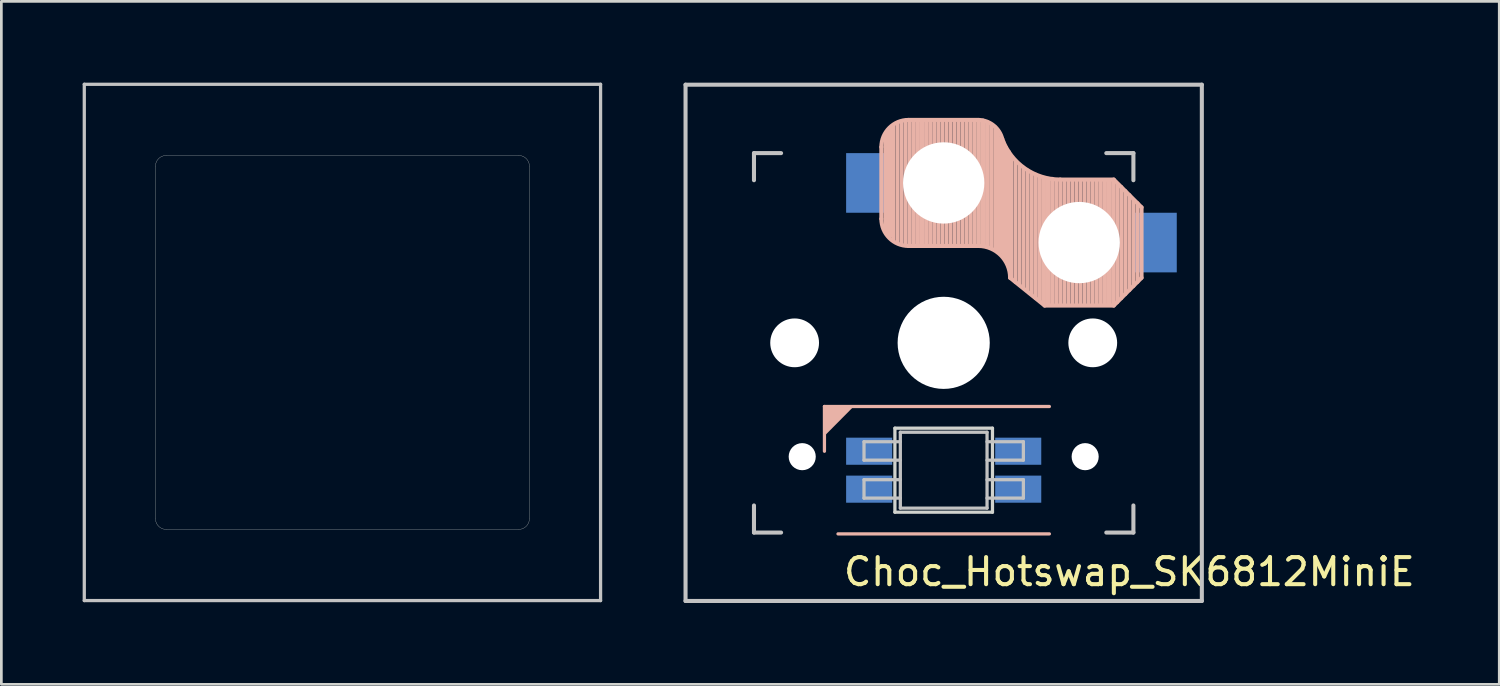
<source format=kicad_pcb>
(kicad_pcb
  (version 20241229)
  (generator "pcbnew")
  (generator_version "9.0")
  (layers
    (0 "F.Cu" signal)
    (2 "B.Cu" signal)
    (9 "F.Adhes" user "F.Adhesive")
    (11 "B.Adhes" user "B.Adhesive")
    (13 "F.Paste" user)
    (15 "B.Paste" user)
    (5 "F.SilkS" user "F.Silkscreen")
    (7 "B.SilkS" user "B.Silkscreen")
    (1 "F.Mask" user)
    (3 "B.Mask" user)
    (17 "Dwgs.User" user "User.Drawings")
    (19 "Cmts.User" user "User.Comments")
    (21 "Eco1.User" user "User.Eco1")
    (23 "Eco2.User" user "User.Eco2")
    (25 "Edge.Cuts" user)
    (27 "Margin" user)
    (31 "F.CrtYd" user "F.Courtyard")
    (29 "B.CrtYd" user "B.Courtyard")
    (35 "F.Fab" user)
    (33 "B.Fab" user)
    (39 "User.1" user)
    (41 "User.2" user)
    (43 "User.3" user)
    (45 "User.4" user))
  (footprint "Choc_Hotswap_SK6812MiniE"
    (layer "F.Cu")
    (at 31.77 9.6)
    (property "Reference" "Choc_Hotswap_SK6812MiniE" (at 6.85 8.45 0) (layer "F.SilkS") (effects (font (size 1 1) (thickness 0.15))))
    (attr through_hole)
    (fp_line (start -4.4 2.349) (end -4.4 4) (stroke (width 0.12) (type solid)) (layer "B.SilkS"))
    (fp_line (start -3.9 7.049) (end 3.9 7.049) (stroke (width 0.12) (type solid)) (layer "B.SilkS"))
    (fp_line (start -2.3 -4.575) (end -2.3 -7.225) (stroke (width 0.15) (type solid)) (layer "B.SilkS"))
    (fp_line (start -2.15 -7.65) (end -2.15 -4.1) (stroke (width 0.15) (type solid)) (layer "B.SilkS"))
    (fp_line (start -2.05 -7.8) (end -2.05 -4.05) (stroke (width 0.15) (type solid)) (layer "B.SilkS"))
    (fp_line (start -1.95 -7.9) (end -1.95 -3.95) (stroke (width 0.15) (type solid)) (layer "B.SilkS"))
    (fp_line (start -1.85 -8) (end -1.85 -3.8) (stroke (width 0.15) (type solid)) (layer "B.SilkS"))
    (fp_line (start -1.7 -8.1) (end -1.7 -3.7) (stroke (width 0.15) (type solid)) (layer "B.SilkS"))
    (fp_line (start -1.55 -8.15) (end -1.55 -3.65) (stroke (width 0.15) (type solid)) (layer "B.SilkS"))
    (fp_line (start -1.4 -8.2) (end -1.4 -3.65) (stroke (width 0.15) (type solid)) (layer "B.SilkS"))
    (fp_line (start -1.3 -8.225) (end 1.3 -8.225) (stroke (width 0.15) (type solid)) (layer "B.SilkS"))
    (fp_line (start -1.3 -3.575) (end 1.275 -3.575) (stroke (width 0.15) (type solid)) (layer "B.SilkS"))
    (fp_line (start -1.25 -8.2) (end -1.25 -3.6) (stroke (width 0.15) (type solid)) (layer "B.SilkS"))
    (fp_line (start -1.1 -8.2) (end -1.1 -3.6) (stroke (width 0.15) (type solid)) (layer "B.SilkS"))
    (fp_line (start -0.95 -8.2) (end -0.95 -3.6) (stroke (width 0.15) (type solid)) (layer "B.SilkS"))
    (fp_line (start -0.8 -8.2) (end -0.8 -3.6) (stroke (width 0.15) (type solid)) (layer "B.SilkS"))
    (fp_line (start -0.65 -8.2) (end -0.65 -3.6) (stroke (width 0.15) (type solid)) (layer "B.SilkS"))
    (fp_line (start -0.5 -8.2) (end -0.5 -3.6) (stroke (width 0.15) (type solid)) (layer "B.SilkS"))
    (fp_line (start -0.35 -8.2) (end -0.35 -3.6) (stroke (width 0.15) (type solid)) (layer "B.SilkS"))
    (fp_line (start -0.2 -8.2) (end -0.2 -3.6) (stroke (width 0.15) (type solid)) (layer "B.SilkS"))
    (fp_line (start -0.05 -8.2) (end -0.05 -3.6) (stroke (width 0.15) (type solid)) (layer "B.SilkS"))
    (fp_line (start 0.1 -8.2) (end 0.1 -3.6) (stroke (width 0.15) (type solid)) (layer "B.SilkS"))
    (fp_line (start 0.25 -8.2) (end 0.25 -3.6) (stroke (width 0.15) (type solid)) (layer "B.SilkS"))
    (fp_line (start 0.4 -8.2) (end 0.4 -3.6) (stroke (width 0.15) (type solid)) (layer "B.SilkS"))
    (fp_line (start 0.55 -8.2) (end 0.55 -3.6) (stroke (width 0.15) (type solid)) (layer "B.SilkS"))
    (fp_line (start 0.7 -8.2) (end 0.7 -3.6) (stroke (width 0.15) (type solid)) (layer "B.SilkS"))
    (fp_line (start 0.85 -8.2) (end 0.85 -3.6) (stroke (width 0.15) (type solid)) (layer "B.SilkS"))
    (fp_line (start 1 -8.2) (end 1 -3.6) (stroke (width 0.15) (type solid)) (layer "B.SilkS"))
    (fp_line (start 1.15 -8.2) (end 1.15 -3.65) (stroke (width 0.15) (type solid)) (layer "B.SilkS"))
    (fp_line (start 1.3 -8.2) (end 1.3 -3.6) (stroke (width 0.15) (type solid)) (layer "B.SilkS"))
    (fp_line (start 1.45 -8.2) (end 1.45 -3.6) (stroke (width 0.15) (type solid)) (layer "B.SilkS"))
    (fp_line (start 1.6 -8.15) (end 1.6 -3.6) (stroke (width 0.15) (type solid)) (layer "B.SilkS"))
    (fp_line (start 1.75 -8.05) (end 1.75 -3.5) (stroke (width 0.15) (type solid)) (layer "B.SilkS"))
    (fp_line (start 1.9 -7.95) (end 1.9 -3.45) (stroke (width 0.15) (type solid)) (layer "B.SilkS"))
    (fp_line (start 2 -7.8) (end 2 -3.4) (stroke (width 0.15) (type solid)) (layer "B.SilkS"))
    (fp_line (start 2.1 -7.55) (end 2.1 -3.35) (stroke (width 0.15) (type solid)) (layer "B.SilkS"))
    (fp_line (start 2.2 -7.4) (end 2.2 -3.25) (stroke (width 0.15) (type solid)) (layer "B.SilkS"))
    (fp_line (start 2.3 -7.2) (end 2.3 -3.05) (stroke (width 0.15) (type solid)) (layer "B.SilkS"))
    (fp_line (start 2.4 -7.05) (end 2.4 -2.9) (stroke (width 0.15) (type solid)) (layer "B.SilkS"))
    (fp_line (start 2.5 -6.85) (end 2.5 -2.4) (stroke (width 0.15) (type solid)) (layer "B.SilkS"))
    (fp_line (start 2.65 -6.7) (end 2.65 -2.25) (stroke (width 0.15) (type solid)) (layer "B.SilkS"))
    (fp_line (start 2.8 -6.55) (end 2.8 -2.15) (stroke (width 0.15) (type solid)) (layer "B.SilkS"))
    (fp_line (start 2.95 -6.45) (end 2.95 -2.05) (stroke (width 0.15) (type solid)) (layer "B.SilkS"))
    (fp_line (start 3.1 -6.35) (end 3.1 -1.9) (stroke (width 0.15) (type solid)) (layer "B.SilkS"))
    (fp_line (start 3.25 -6.25) (end 3.25 -1.8) (stroke (width 0.15) (type solid)) (layer "B.SilkS"))
    (fp_line (start 3.4 -6.2) (end 3.4 -1.65) (stroke (width 0.15) (type solid)) (layer "B.SilkS"))
    (fp_line (start 3.55 -6.1) (end 3.55 -1.55) (stroke (width 0.15) (type solid)) (layer "B.SilkS"))
    (fp_line (start 3.7 -6.05) (end 3.7 -1.45) (stroke (width 0.15) (type solid)) (layer "B.SilkS"))
    (fp_line (start 3.725 -1.375) (end 2.45 -2.4) (stroke (width 0.15) (type solid)) (layer "B.SilkS"))
    (fp_line (start 3.725 -1.375) (end 6.275 -1.375) (stroke (width 0.15) (type solid)) (layer "B.SilkS"))
    (fp_line (start 3.85 -6.05) (end 3.85 -1.4) (stroke (width 0.15) (type solid)) (layer "B.SilkS"))
    (fp_line (start 3.9 2.349) (end -4.4 2.349) (stroke (width 0.12) (type solid)) (layer "B.SilkS"))
    (fp_line (start 4 -6.05) (end 4 -1.4) (stroke (width 0.15) (type solid)) (layer "B.SilkS"))
    (fp_line (start 4.15 -6) (end 4.15 -1.45) (stroke (width 0.15) (type solid)) (layer "B.SilkS"))
    (fp_line (start 4.3 -6.025) (end 6.275 -6.025) (stroke (width 0.15) (type solid)) (layer "B.SilkS"))
    (fp_line (start 4.3 -6) (end 4.3 -1.4) (stroke (width 0.15) (type solid)) (layer "B.SilkS"))
    (fp_line (start 4.45 -6) (end 4.45 -1.4) (stroke (width 0.15) (type solid)) (layer "B.SilkS"))
    (fp_line (start 4.6 -6) (end 4.6 -1.4) (stroke (width 0.15) (type solid)) (layer "B.SilkS"))
    (fp_line (start 4.75 -6) (end 4.75 -1.4) (stroke (width 0.15) (type solid)) (layer "B.SilkS"))
    (fp_line (start 4.9 -6) (end 4.9 -1.4) (stroke (width 0.15) (type solid)) (layer "B.SilkS"))
    (fp_line (start 5.05 -6) (end 5.05 -1.4) (stroke (width 0.15) (type solid)) (layer "B.SilkS"))
    (fp_line (start 5.2 -6) (end 5.2 -1.4) (stroke (width 0.15) (type solid)) (layer "B.SilkS"))
    (fp_line (start 5.35 -6) (end 5.35 -1.4) (stroke (width 0.15) (type solid)) (layer "B.SilkS"))
    (fp_line (start 5.5 -6) (end 5.5 -1.4) (stroke (width 0.15) (type solid)) (layer "B.SilkS"))
    (fp_line (start 5.65 -6) (end 5.65 -1.4) (stroke (width 0.15) (type solid)) (layer "B.SilkS"))
    (fp_line (start 5.8 -6) (end 5.8 -1.4) (stroke (width 0.15) (type solid)) (layer "B.SilkS"))
    (fp_line (start 5.95 -6) (end 5.95 -1.4) (stroke (width 0.15) (type solid)) (layer "B.SilkS"))
    (fp_line (start 6.1 -6) (end 6.1 -1.4) (stroke (width 0.15) (type solid)) (layer "B.SilkS"))
    (fp_line (start 6.25 -6) (end 6.25 -1.4) (stroke (width 0.15) (type solid)) (layer "B.SilkS"))
    (fp_line (start 6.4 -5.85) (end 6.4 -1.5) (stroke (width 0.15) (type solid)) (layer "B.SilkS"))
    (fp_line (start 6.55 -5.75) (end 6.55 -1.65) (stroke (width 0.15) (type solid)) (layer "B.SilkS"))
    (fp_line (start 6.7 -5.6) (end 6.7 -1.8) (stroke (width 0.15) (type solid)) (layer "B.SilkS"))
    (fp_line (start 6.85 -5.45) (end 6.85 -1.95) (stroke (width 0.15) (type solid)) (layer "B.SilkS"))
    (fp_line (start 7 -5.25) (end 7 -2.1) (stroke (width 0.15) (type solid)) (layer "B.SilkS"))
    (fp_line (start 7.15 -5.15) (end 7.15 -2.25) (stroke (width 0.15) (type solid)) (layer "B.SilkS"))
    (fp_line (start 7.3 -5) (end 6.275 -6.025) (stroke (width 0.15) (type solid)) (layer "B.SilkS"))
    (fp_line (start 7.3 -2.4) (end 6.275 -1.375) (stroke (width 0.15) (type solid)) (layer "B.SilkS"))
    (fp_line (start 7.3 -2.4) (end 7.3 -5) (stroke (width 0.15) (type solid)) (layer "B.SilkS"))
    (fp_arc (start -2.3 -7.225) (mid -2.007107 -7.932107) (end -1.3 -8.225) (stroke (width 0.15) (type solid)) (layer "B.SilkS"))
    (fp_arc (start -1.3 -3.575) (mid -2.007107 -3.867893) (end -2.3 -4.575) (stroke (width 0.15) (type solid)) (layer "B.SilkS"))
    (fp_arc (start 1.275 -3.575) (mid 2.10585 -3.23085) (end 2.45 -2.4) (stroke (width 0.15) (type solid)) (layer "B.SilkS"))
    (fp_arc (start 1.300995 -8.223791) (mid 1.848284 -8.016021) (end 2.162199 -7.521904) (stroke (width 0.15) (type solid)) (layer "B.SilkS"))
    (fp_arc (start 4.3 -6.025) (mid 2.995114 -6.436429) (end 2.162199 -7.521904) (stroke (width 0.15) (type solid)) (layer "B.SilkS"))
    (fp_poly (pts (xy -4.4 3.365) (xy -4.4 2.349) (xy -3.392 2.349)) (stroke (width 0.1) (type solid)) (fill yes) (layer "B.SilkS"))
    (fp_line (start -9.525 -9.525) (end 9.525 -9.525) (stroke (width 0.15) (type solid)) (layer "Dwgs.User"))
    (fp_line (start -9.525 9.525) (end -9.525 -9.525) (stroke (width 0.15) (type solid)) (layer "Dwgs.User"))
    (fp_line (start -7 -7) (end -7 -6) (stroke (width 0.15) (type solid)) (layer "Dwgs.User"))
    (fp_line (start -7 6) (end -7 7) (stroke (width 0.15) (type solid)) (layer "Dwgs.User"))
    (fp_line (start -7 7) (end -6 7) (stroke (width 0.15) (type solid)) (layer "Dwgs.User"))
    (fp_line (start -6 -7) (end -7 -7) (stroke (width 0.15) (type solid)) (layer "Dwgs.User"))
    (fp_line (start -2.94 3.649) (end -2.94 4.329) (stroke (width 0.12) (type solid)) (layer "Dwgs.User"))
    (fp_line (start -2.94 4.329) (end -1.6 4.329) (stroke (width 0.12) (type solid)) (layer "Dwgs.User"))
    (fp_line (start -2.94 5.049) (end -2.94 5.729) (stroke (width 0.12) (type solid)) (layer "Dwgs.User"))
    (fp_line (start -2.94 5.729) (end -1.6 5.729) (stroke (width 0.12) (type solid)) (layer "Dwgs.User"))
    (fp_line (start -1.6 3.299) (end -1.6 6.099) (stroke (width 0.12) (type solid)) (layer "Dwgs.User"))
    (fp_line (start -1.6 3.299) (end 1.6 3.299) (stroke (width 0.12) (type solid)) (layer "Dwgs.User"))
    (fp_line (start -1.6 3.649) (end -2.94 3.649) (stroke (width 0.12) (type solid)) (layer "Dwgs.User"))
    (fp_line (start -1.6 5.049) (end -2.94 5.049) (stroke (width 0.12) (type solid)) (layer "Dwgs.User"))
    (fp_line (start -1.6 6.099) (end 1.6 6.099) (stroke (width 0.12) (type solid)) (layer "Dwgs.User"))
    (fp_line (start 1.6 3.299) (end 1.6 6.099) (stroke (width 0.12) (type solid)) (layer "Dwgs.User"))
    (fp_line (start 1.6 4.329) (end 2.94 4.329) (stroke (width 0.12) (type solid)) (layer "Dwgs.User"))
    (fp_line (start 1.6 5.729) (end 2.94 5.729) (stroke (width 0.12) (type solid)) (layer "Dwgs.User"))
    (fp_line (start 2.94 3.649) (end 1.6 3.649) (stroke (width 0.12) (type solid)) (layer "Dwgs.User"))
    (fp_line (start 2.94 4.329) (end 2.94 3.649) (stroke (width 0.12) (type solid)) (layer "Dwgs.User"))
    (fp_line (start 2.94 5.049) (end 1.6 5.049) (stroke (width 0.12) (type solid)) (layer "Dwgs.User"))
    (fp_line (start 2.94 5.729) (end 2.94 5.049) (stroke (width 0.12) (type solid)) (layer "Dwgs.User"))
    (fp_line (start 6 -7) (end 7 -7) (stroke (width 0.15) (type solid)) (layer "Dwgs.User"))
    (fp_line (start 7 -7) (end 7 -6) (stroke (width 0.15) (type solid)) (layer "Dwgs.User"))
    (fp_line (start 7 6) (end 7 7) (stroke (width 0.15) (type solid)) (layer "Dwgs.User"))
    (fp_line (start 7 7) (end 6 7) (stroke (width 0.15) (type solid)) (layer "Dwgs.User"))
    (fp_line (start 9.525 -9.525) (end 9.525 9.525) (stroke (width 0.15) (type solid)) (layer "Dwgs.User"))
    (fp_line (start 9.525 9.525) (end -9.525 9.525) (stroke (width 0.15) (type solid)) (layer "Dwgs.User"))
    (fp_line (start -1.8 3.149) (end -1.8 6.249) (stroke (width 0.12) (type solid)) (layer "Edge.Cuts"))
    (fp_line (start -1.8 6.249) (end 1.8 6.249) (stroke (width 0.12) (type solid)) (layer "Edge.Cuts"))
    (fp_line (start 1.8 3.149) (end -1.8 3.149) (stroke (width 0.12) (type solid)) (layer "Edge.Cuts"))
    (fp_line (start 1.8 6.249) (end 1.8 3.149) (stroke (width 0.12) (type solid)) (layer "Edge.Cuts"))
    (pad "" np_thru_hole circle (at -5.5 0 270) (size 1.8 1.8) (drill 1.8) (layers "*.Cu" "*.Mask"))
    (pad "" np_thru_hole circle (at -5.22 4.2) (size 1 1) (drill 1) (layers "*.Cu" "*.Mask"))
    (pad "" np_thru_hole circle (at 0 -5.9 270) (size 3 3) (drill 3) (layers "*.Cu" "*.Mask"))
    (pad "" np_thru_hole circle (at 0 0 270) (size 3.4 3.4) (drill 3.4) (layers "*.Cu" "*.Mask"))
    (pad "" np_thru_hole circle (at 5 -3.7 270) (size 3 3) (drill 3) (layers "*.Cu" "*.Mask"))
    (pad "" np_thru_hole circle (at 5.22 4.2) (size 1 1) (drill 1) (layers "*.Cu" "*.Mask"))
    (pad "" np_thru_hole circle (at 5.5 0 270) (size 1.8 1.8) (drill 1.8) (layers "*.Cu" "*.Mask"))
    (pad "1" smd rect (at 2.75 5.399) (size 1.7 1) (layers "B.Cu" "B.Mask" "B.Paste"))
    (pad "2" smd rect (at 2.75 3.999) (size 1.7 1) (layers "B.Cu" "B.Mask" "B.Paste"))
    (pad "3" smd rect (at -2.75 3.999) (size 1.7 1) (layers "B.Cu" "B.Mask" "B.Paste"))
    (pad "4" smd rect (at -2.75 5.399) (size 1.7 1) (layers "B.Cu" "B.Mask" "B.Paste"))
    (pad "5" smd rect (at -2.8 -5.9) (size 1.6 2.2) (layers "B.Cu" "B.Mask" "B.Paste"))
    (pad "6" smd rect (at 7.8 -3.7) (size 1.6 2.2) (layers "B.Cu" "B.Mask" "B.Paste")))
  (footprint "Choc100"
    (layer "F.Cu")
    (at 9.585 9.585)
    (property "Reference" "Choc100" (at 0 2.381 0) (layer "Eco1.User") (effects (font (size 1 1) (thickness 0.15))))
    (attr through_hole)
    (fp_line (start -9.525 -9.525) (end 9.525 -9.525) (stroke (width 0.12) (type solid)) (layer "Dwgs.User"))
    (fp_line (start -9.525 9.525) (end -9.525 -9.525) (stroke (width 0.12) (type solid)) (layer "Dwgs.User"))
    (fp_line (start 9.525 -9.525) (end 9.525 9.525) (stroke (width 0.12) (type solid)) (layer "Dwgs.User"))
    (fp_line (start 9.525 9.525) (end -9.525 9.525) (stroke (width 0.12) (type solid)) (layer "Dwgs.User"))
    (fp_line (start 0 0) (end -0.5 0) (stroke (width 0.12) (type solid)) (layer "Eco1.User"))
    (fp_line (start 0 0) (end 0 -0.5) (stroke (width 0.12) (type solid)) (layer "Eco1.User"))
    (fp_line (start 0 0) (end 0 0.5) (stroke (width 0.12) (type solid)) (layer "Eco1.User"))
    (fp_line (start 0 0) (end 0.5 0) (stroke (width 0.12) (type solid)) (layer "Eco1.User"))
    (fp_line (start -6.9 -6.5) (end -6.9 6.5) (stroke (width 0.01) (type solid)) (layer "Edge.Cuts"))
    (fp_line (start -6.5 -6.9) (end 6.5 -6.9) (stroke (width 0.01) (type solid)) (layer "Edge.Cuts"))
    (fp_line (start -6.5 6.9) (end 6.5 6.9) (stroke (width 0.01) (type solid)) (layer "Edge.Cuts"))
    (fp_line (start 6.9 -6.5) (end 6.9 6.5) (stroke (width 0.01) (type solid)) (layer "Edge.Cuts"))
    (fp_arc (start -6.9 -6.5) (mid -6.782843 -6.782842) (end -6.5 -6.9) (stroke (width 0.010007) (type solid)) (layer "Edge.Cuts"))
    (fp_arc (start -6.5 6.9) (mid -6.782842 6.782843) (end -6.9 6.5) (stroke (width 0.010007) (type solid)) (layer "Edge.Cuts"))
    (fp_arc (start 6.5 -6.9) (mid 6.782842 -6.782843) (end 6.9 -6.5) (stroke (width 0.010007) (type solid)) (layer "Edge.Cuts"))
    (fp_arc (start 6.9 6.5) (mid 6.782843 6.782842) (end 6.5 6.9) (stroke (width 0.010007) (type solid)) (layer "Edge.Cuts")))
  (gr_rect
    (start -3 -3)
    (end 52.269 22.2)
    (stroke (width 0.1) (type default))
    (fill no)
    (layer "Edge.Cuts")))
</source>
